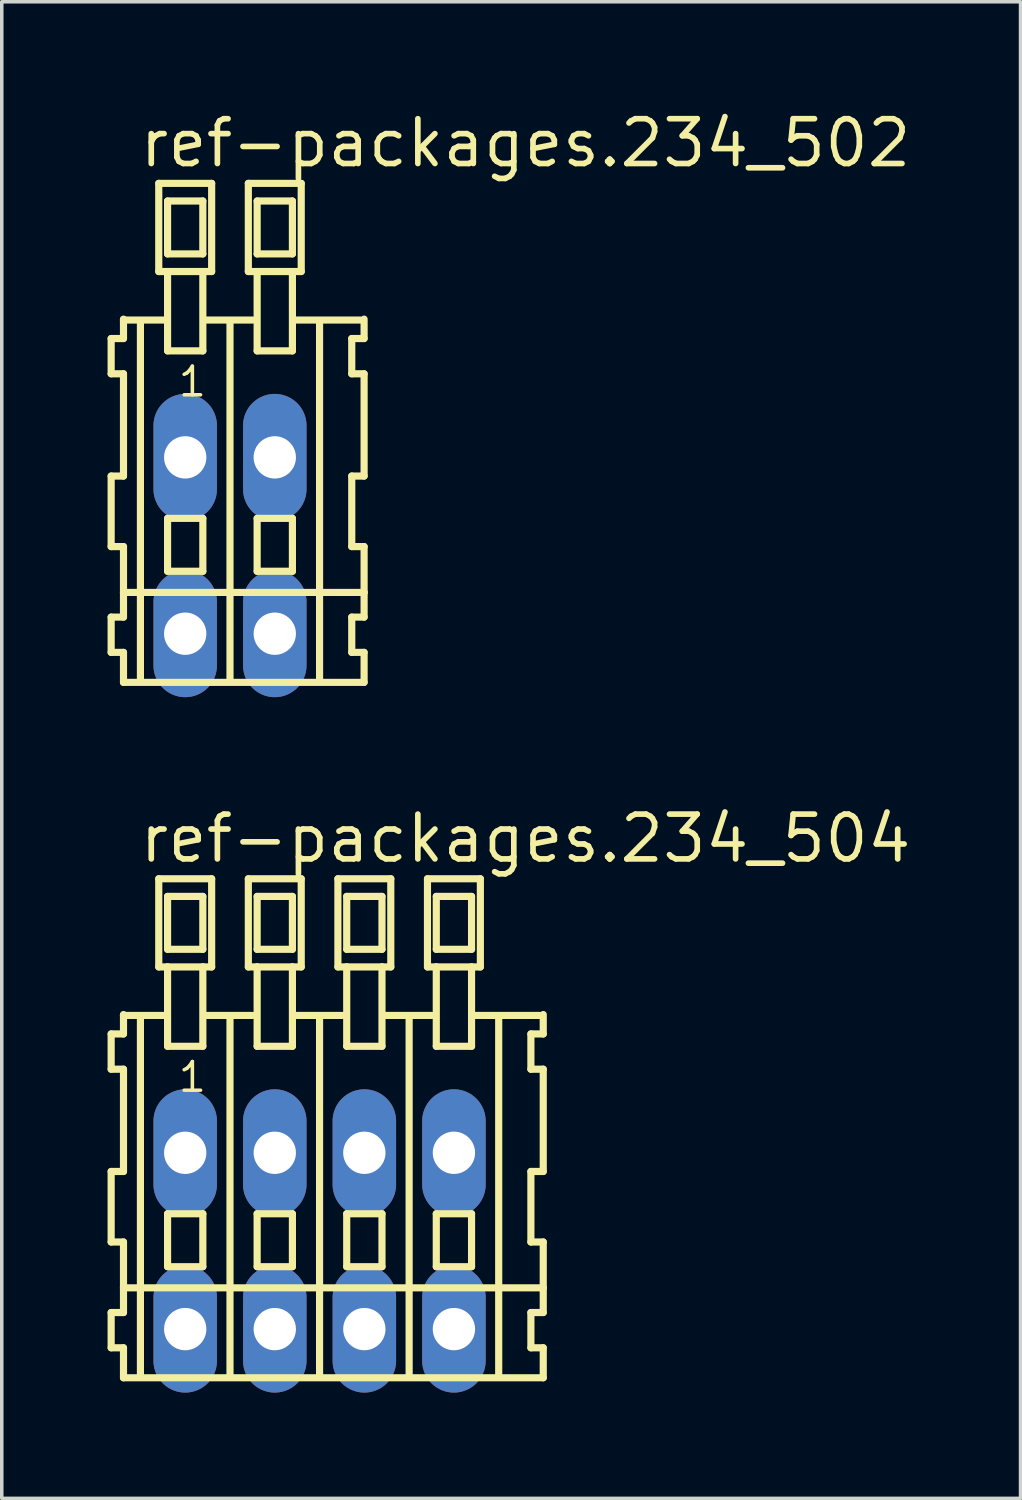
<source format=kicad_pcb>
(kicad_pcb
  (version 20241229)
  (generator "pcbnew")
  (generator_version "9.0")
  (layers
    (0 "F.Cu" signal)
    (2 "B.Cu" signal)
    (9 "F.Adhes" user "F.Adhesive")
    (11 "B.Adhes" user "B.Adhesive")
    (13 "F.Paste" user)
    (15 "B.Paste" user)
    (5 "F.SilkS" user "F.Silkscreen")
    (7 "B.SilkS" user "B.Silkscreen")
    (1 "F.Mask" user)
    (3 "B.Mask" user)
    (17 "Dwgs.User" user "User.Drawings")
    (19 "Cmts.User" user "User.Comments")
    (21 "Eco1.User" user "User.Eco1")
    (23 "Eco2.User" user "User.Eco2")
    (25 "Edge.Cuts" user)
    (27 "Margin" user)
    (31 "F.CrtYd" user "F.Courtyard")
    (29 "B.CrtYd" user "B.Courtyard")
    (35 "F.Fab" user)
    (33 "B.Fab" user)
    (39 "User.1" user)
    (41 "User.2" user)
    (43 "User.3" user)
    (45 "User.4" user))
  (footprint "ref-packages.234_502"
    (layer "F.Cu")
    (at 3.472 12.42)
    (property "Reference" "ref-packages.234_502" (at -2.64 -10.67 0) (layer "F.SilkS") (effects (font (size 1.27 1.27) (thickness 0.16)) (justify left bottom)))
    (attr through_hole)
    (fp_line (start -3.37 -5.87) (end -3.37 -4.87) (stroke (width 0.203) (type default)) (layer "F.SilkS"))
    (fp_line (start -3.37 -4.87) (end -3.02 -4.87) (stroke (width 0.203) (type default)) (layer "F.SilkS"))
    (fp_line (start -3.37 -1.97) (end -3.37 0.03) (stroke (width 0.203) (type default)) (layer "F.SilkS"))
    (fp_line (start -3.37 0.03) (end -3.02 0.03) (stroke (width 0.203) (type default)) (layer "F.SilkS"))
    (fp_line (start -3.37 2.03) (end -3.37 3.03) (stroke (width 0.203) (type default)) (layer "F.SilkS"))
    (fp_line (start -3.37 3.03) (end -3.02 3.03) (stroke (width 0.203) (type default)) (layer "F.SilkS"))
    (fp_line (start -3.02 -6.42) (end -3.02 -6.395) (stroke (width 0.203) (type default)) (layer "F.SilkS"))
    (fp_line (start -3.02 -6.395) (end -3.02 -5.87) (stroke (width 0.203) (type default)) (layer "F.SilkS"))
    (fp_line (start -3.02 -6.395) (end -1.895 -6.395) (stroke (width 0.203) (type default)) (layer "F.SilkS"))
    (fp_line (start -3.02 -5.87) (end -3.37 -5.87) (stroke (width 0.203) (type default)) (layer "F.SilkS"))
    (fp_line (start -3.02 -4.87) (end -3.02 -1.97) (stroke (width 0.203) (type default)) (layer "F.SilkS"))
    (fp_line (start -3.02 -1.97) (end -3.37 -1.97) (stroke (width 0.203) (type default)) (layer "F.SilkS"))
    (fp_line (start -3.02 0.03) (end -3.02 1.33) (stroke (width 0.203) (type default)) (layer "F.SilkS"))
    (fp_line (start -3.02 1.33) (end -3.02 2.03) (stroke (width 0.203) (type default)) (layer "F.SilkS"))
    (fp_line (start -3.02 1.33) (end 3.803 1.33) (stroke (width 0.203) (type default)) (layer "F.SilkS"))
    (fp_line (start -3.02 2.03) (end -3.37 2.03) (stroke (width 0.203) (type default)) (layer "F.SilkS"))
    (fp_line (start -3.02 3.03) (end -3.02 3.88) (stroke (width 0.203) (type default)) (layer "F.SilkS"))
    (fp_line (start -3.02 3.88) (end 3.803 3.88) (stroke (width 0.203) (type default)) (layer "F.SilkS"))
    (fp_line (start -2.54 3.83) (end -2.54 -6.33) (stroke (width 0.203) (type default)) (layer "F.SilkS"))
    (fp_line (start -2.02 -10.27) (end -2.02 -7.77) (stroke (width 0.203) (type default)) (layer "F.SilkS"))
    (fp_line (start -2.02 -7.77) (end -1.77 -7.77) (stroke (width 0.203) (type default)) (layer "F.SilkS"))
    (fp_line (start -1.77 -9.77) (end -1.77 -8.27) (stroke (width 0.203) (type default)) (layer "F.SilkS"))
    (fp_line (start -1.77 -8.27) (end -0.77 -8.27) (stroke (width 0.203) (type default)) (layer "F.SilkS"))
    (fp_line (start -1.77 -7.77) (end -1.77 -5.52) (stroke (width 0.203) (type default)) (layer "F.SilkS"))
    (fp_line (start -1.77 -7.77) (end -0.77 -7.77) (stroke (width 0.203) (type default)) (layer "F.SilkS"))
    (fp_line (start -1.77 -5.52) (end -0.77 -5.52) (stroke (width 0.203) (type default)) (layer "F.SilkS"))
    (fp_line (start -1.77 -0.77) (end -1.77 0.73) (stroke (width 0.203) (type default)) (layer "F.SilkS"))
    (fp_line (start -1.77 0.73) (end -0.77 0.73) (stroke (width 0.203) (type default)) (layer "F.SilkS"))
    (fp_line (start -0.77 -9.77) (end -1.77 -9.77) (stroke (width 0.203) (type default)) (layer "F.SilkS"))
    (fp_line (start -0.77 -8.27) (end -0.77 -9.77) (stroke (width 0.203) (type default)) (layer "F.SilkS"))
    (fp_line (start -0.77 -7.77) (end -0.52 -7.77) (stroke (width 0.203) (type default)) (layer "F.SilkS"))
    (fp_line (start -0.77 -5.52) (end -0.77 -7.77) (stroke (width 0.203) (type default)) (layer "F.SilkS"))
    (fp_line (start -0.77 -0.77) (end -1.77 -0.77) (stroke (width 0.203) (type default)) (layer "F.SilkS"))
    (fp_line (start -0.77 0.73) (end -0.77 -0.77) (stroke (width 0.203) (type default)) (layer "F.SilkS"))
    (fp_line (start -0.734 -6.395) (end 0.645 -6.395) (stroke (width 0.203) (type default)) (layer "F.SilkS"))
    (fp_line (start -0.52 -10.27) (end -2.02 -10.27) (stroke (width 0.203) (type default)) (layer "F.SilkS"))
    (fp_line (start -0.52 -7.77) (end -0.52 -10.27) (stroke (width 0.203) (type default)) (layer "F.SilkS"))
    (fp_line (start 0 3.83) (end 0 -6.33) (stroke (width 0.203) (type default)) (layer "F.SilkS"))
    (fp_line (start 0.52 -10.27) (end 0.52 -7.77) (stroke (width 0.203) (type default)) (layer "F.SilkS"))
    (fp_line (start 0.52 -7.77) (end 0.77 -7.77) (stroke (width 0.203) (type default)) (layer "F.SilkS"))
    (fp_line (start 0.77 -9.77) (end 0.77 -8.27) (stroke (width 0.203) (type default)) (layer "F.SilkS"))
    (fp_line (start 0.77 -8.27) (end 1.77 -8.27) (stroke (width 0.203) (type default)) (layer "F.SilkS"))
    (fp_line (start 0.77 -7.77) (end 0.77 -5.52) (stroke (width 0.203) (type default)) (layer "F.SilkS"))
    (fp_line (start 0.77 -7.77) (end 1.77 -7.77) (stroke (width 0.203) (type default)) (layer "F.SilkS"))
    (fp_line (start 0.77 -5.52) (end 1.77 -5.52) (stroke (width 0.203) (type default)) (layer "F.SilkS"))
    (fp_line (start 0.77 -0.77) (end 0.77 0.73) (stroke (width 0.203) (type default)) (layer "F.SilkS"))
    (fp_line (start 0.77 0.73) (end 1.77 0.73) (stroke (width 0.203) (type default)) (layer "F.SilkS"))
    (fp_line (start 1.77 -9.77) (end 0.77 -9.77) (stroke (width 0.203) (type default)) (layer "F.SilkS"))
    (fp_line (start 1.77 -8.27) (end 1.77 -9.77) (stroke (width 0.203) (type default)) (layer "F.SilkS"))
    (fp_line (start 1.77 -7.77) (end 2.02 -7.77) (stroke (width 0.203) (type default)) (layer "F.SilkS"))
    (fp_line (start 1.77 -5.52) (end 1.77 -7.77) (stroke (width 0.203) (type default)) (layer "F.SilkS"))
    (fp_line (start 1.77 -0.77) (end 0.77 -0.77) (stroke (width 0.203) (type default)) (layer "F.SilkS"))
    (fp_line (start 1.77 0.73) (end 1.77 -0.77) (stroke (width 0.203) (type default)) (layer "F.SilkS"))
    (fp_line (start 1.806 -6.395) (end 3.693 -6.395) (stroke (width 0.203) (type default)) (layer "F.SilkS"))
    (fp_line (start 2.02 -10.27) (end 0.52 -10.27) (stroke (width 0.203) (type default)) (layer "F.SilkS"))
    (fp_line (start 2.02 -7.77) (end 2.02 -10.27) (stroke (width 0.203) (type default)) (layer "F.SilkS"))
    (fp_line (start 2.54 3.83) (end 2.54 -6.33) (stroke (width 0.203) (type default)) (layer "F.SilkS"))
    (fp_line (start 3.453 -5.87) (end 3.453 -4.87) (stroke (width 0.203) (type default)) (layer "F.SilkS"))
    (fp_line (start 3.453 -4.87) (end 3.803 -4.87) (stroke (width 0.203) (type default)) (layer "F.SilkS"))
    (fp_line (start 3.453 -1.97) (end 3.453 0.03) (stroke (width 0.203) (type default)) (layer "F.SilkS"))
    (fp_line (start 3.453 0.03) (end 3.803 0.03) (stroke (width 0.203) (type default)) (layer "F.SilkS"))
    (fp_line (start 3.453 2.03) (end 3.453 3.03) (stroke (width 0.203) (type default)) (layer "F.SilkS"))
    (fp_line (start 3.453 3.03) (end 3.803 3.03) (stroke (width 0.203) (type default)) (layer "F.SilkS"))
    (fp_line (start 3.803 -5.87) (end 3.453 -5.87) (stroke (width 0.203) (type default)) (layer "F.SilkS"))
    (fp_line (start 3.803 -5.87) (end 3.803 -6.42) (stroke (width 0.203) (type default)) (layer "F.SilkS"))
    (fp_line (start 3.803 -1.97) (end 3.453 -1.97) (stroke (width 0.203) (type default)) (layer "F.SilkS"))
    (fp_line (start 3.803 -1.97) (end 3.803 -4.87) (stroke (width 0.203) (type default)) (layer "F.SilkS"))
    (fp_line (start 3.803 1.33) (end 3.803 0.03) (stroke (width 0.203) (type default)) (layer "F.SilkS"))
    (fp_line (start 3.803 2.03) (end 3.453 2.03) (stroke (width 0.203) (type default)) (layer "F.SilkS"))
    (fp_line (start 3.803 2.03) (end 3.803 1.33) (stroke (width 0.203) (type default)) (layer "F.SilkS"))
    (fp_line (start 3.803 3.88) (end 3.803 3.03) (stroke (width 0.203) (type default)) (layer "F.SilkS"))
    (fp_text user "1" (at -1.52 -4.17 0) (layer "F.SilkS") (effects (font (size 0.813 0.813) (thickness 0.1)) (justify left bottom)))
    (pad "A1" thru_hole oval (at -1.27 -2.5 90) (size 3.6 1.8) (drill 1.2) (layers "*.Cu" "*.Mask"))
    (pad "A2" thru_hole oval (at 1.27 -2.5 90) (size 3.6 1.8) (drill 1.2) (layers "*.Cu" "*.Mask"))
    (pad "B1" thru_hole oval (at -1.27 2.5 90) (size 3.6 1.8) (drill 1.2) (layers "*.Cu" "*.Mask"))
    (pad "B2" thru_hole oval (at 1.27 2.5 90) (size 3.6 1.8) (drill 1.2) (layers "*.Cu" "*.Mask")))
  (footprint "ref-packages.234_504"
    (layer "F.Cu")
    (at 6.012 32.14)
    (property "Reference" "ref-packages.234_504" (at -5.18 -10.67 0) (layer "F.SilkS") (effects (font (size 1.27 1.27) (thickness 0.16)) (justify left bottom)))
    (attr through_hole)
    (fp_line (start -5.91 -5.87) (end -5.91 -4.87) (stroke (width 0.203) (type default)) (layer "F.SilkS"))
    (fp_line (start -5.91 -4.87) (end -5.56 -4.87) (stroke (width 0.203) (type default)) (layer "F.SilkS"))
    (fp_line (start -5.91 -1.97) (end -5.91 0.03) (stroke (width 0.203) (type default)) (layer "F.SilkS"))
    (fp_line (start -5.91 0.03) (end -5.56 0.03) (stroke (width 0.203) (type default)) (layer "F.SilkS"))
    (fp_line (start -5.91 2.03) (end -5.91 3.03) (stroke (width 0.203) (type default)) (layer "F.SilkS"))
    (fp_line (start -5.91 3.03) (end -5.56 3.03) (stroke (width 0.203) (type default)) (layer "F.SilkS"))
    (fp_line (start -5.56 -6.42) (end -5.56 -6.395) (stroke (width 0.203) (type default)) (layer "F.SilkS"))
    (fp_line (start -5.56 -6.395) (end -5.56 -5.87) (stroke (width 0.203) (type default)) (layer "F.SilkS"))
    (fp_line (start -5.56 -6.395) (end -4.435 -6.395) (stroke (width 0.203) (type default)) (layer "F.SilkS"))
    (fp_line (start -5.56 -5.87) (end -5.91 -5.87) (stroke (width 0.203) (type default)) (layer "F.SilkS"))
    (fp_line (start -5.56 -4.87) (end -5.56 -1.97) (stroke (width 0.203) (type default)) (layer "F.SilkS"))
    (fp_line (start -5.56 -1.97) (end -5.91 -1.97) (stroke (width 0.203) (type default)) (layer "F.SilkS"))
    (fp_line (start -5.56 0.03) (end -5.56 1.33) (stroke (width 0.203) (type default)) (layer "F.SilkS"))
    (fp_line (start -5.56 1.33) (end -5.56 2.03) (stroke (width 0.203) (type default)) (layer "F.SilkS"))
    (fp_line (start -5.56 1.33) (end 6.343 1.33) (stroke (width 0.203) (type default)) (layer "F.SilkS"))
    (fp_line (start -5.56 2.03) (end -5.91 2.03) (stroke (width 0.203) (type default)) (layer "F.SilkS"))
    (fp_line (start -5.56 3.03) (end -5.56 3.88) (stroke (width 0.203) (type default)) (layer "F.SilkS"))
    (fp_line (start -5.56 3.88) (end 6.343 3.88) (stroke (width 0.203) (type default)) (layer "F.SilkS"))
    (fp_line (start -5.08 3.83) (end -5.08 -6.33) (stroke (width 0.203) (type default)) (layer "F.SilkS"))
    (fp_line (start -4.56 -10.27) (end -4.56 -7.77) (stroke (width 0.203) (type default)) (layer "F.SilkS"))
    (fp_line (start -4.56 -7.77) (end -4.31 -7.77) (stroke (width 0.203) (type default)) (layer "F.SilkS"))
    (fp_line (start -4.31 -9.77) (end -4.31 -8.27) (stroke (width 0.203) (type default)) (layer "F.SilkS"))
    (fp_line (start -4.31 -8.27) (end -3.31 -8.27) (stroke (width 0.203) (type default)) (layer "F.SilkS"))
    (fp_line (start -4.31 -7.77) (end -4.31 -5.52) (stroke (width 0.203) (type default)) (layer "F.SilkS"))
    (fp_line (start -4.31 -7.77) (end -3.31 -7.77) (stroke (width 0.203) (type default)) (layer "F.SilkS"))
    (fp_line (start -4.31 -5.52) (end -3.31 -5.52) (stroke (width 0.203) (type default)) (layer "F.SilkS"))
    (fp_line (start -4.31 -0.77) (end -4.31 0.73) (stroke (width 0.203) (type default)) (layer "F.SilkS"))
    (fp_line (start -4.31 0.73) (end -3.31 0.73) (stroke (width 0.203) (type default)) (layer "F.SilkS"))
    (fp_line (start -3.31 -9.77) (end -4.31 -9.77) (stroke (width 0.203) (type default)) (layer "F.SilkS"))
    (fp_line (start -3.31 -8.27) (end -3.31 -9.77) (stroke (width 0.203) (type default)) (layer "F.SilkS"))
    (fp_line (start -3.31 -7.77) (end -3.06 -7.77) (stroke (width 0.203) (type default)) (layer "F.SilkS"))
    (fp_line (start -3.31 -5.52) (end -3.31 -7.77) (stroke (width 0.203) (type default)) (layer "F.SilkS"))
    (fp_line (start -3.31 -0.77) (end -4.31 -0.77) (stroke (width 0.203) (type default)) (layer "F.SilkS"))
    (fp_line (start -3.31 0.73) (end -3.31 -0.77) (stroke (width 0.203) (type default)) (layer "F.SilkS"))
    (fp_line (start -3.274 -6.395) (end -1.895 -6.395) (stroke (width 0.203) (type default)) (layer "F.SilkS"))
    (fp_line (start -3.06 -10.27) (end -4.56 -10.27) (stroke (width 0.203) (type default)) (layer "F.SilkS"))
    (fp_line (start -3.06 -7.77) (end -3.06 -10.27) (stroke (width 0.203) (type default)) (layer "F.SilkS"))
    (fp_line (start -2.54 3.83) (end -2.54 -6.33) (stroke (width 0.203) (type default)) (layer "F.SilkS"))
    (fp_line (start -2.02 -10.27) (end -2.02 -7.77) (stroke (width 0.203) (type default)) (layer "F.SilkS"))
    (fp_line (start -2.02 -7.77) (end -1.77 -7.77) (stroke (width 0.203) (type default)) (layer "F.SilkS"))
    (fp_line (start -1.77 -9.77) (end -1.77 -8.27) (stroke (width 0.203) (type default)) (layer "F.SilkS"))
    (fp_line (start -1.77 -8.27) (end -0.77 -8.27) (stroke (width 0.203) (type default)) (layer "F.SilkS"))
    (fp_line (start -1.77 -7.77) (end -1.77 -5.52) (stroke (width 0.203) (type default)) (layer "F.SilkS"))
    (fp_line (start -1.77 -7.77) (end -0.77 -7.77) (stroke (width 0.203) (type default)) (layer "F.SilkS"))
    (fp_line (start -1.77 -5.52) (end -0.77 -5.52) (stroke (width 0.203) (type default)) (layer "F.SilkS"))
    (fp_line (start -1.77 -0.77) (end -1.77 0.73) (stroke (width 0.203) (type default)) (layer "F.SilkS"))
    (fp_line (start -1.77 0.73) (end -0.77 0.73) (stroke (width 0.203) (type default)) (layer "F.SilkS"))
    (fp_line (start -0.77 -9.77) (end -1.77 -9.77) (stroke (width 0.203) (type default)) (layer "F.SilkS"))
    (fp_line (start -0.77 -8.27) (end -0.77 -9.77) (stroke (width 0.203) (type default)) (layer "F.SilkS"))
    (fp_line (start -0.77 -7.77) (end -0.52 -7.77) (stroke (width 0.203) (type default)) (layer "F.SilkS"))
    (fp_line (start -0.77 -5.52) (end -0.77 -7.77) (stroke (width 0.203) (type default)) (layer "F.SilkS"))
    (fp_line (start -0.77 -0.77) (end -1.77 -0.77) (stroke (width 0.203) (type default)) (layer "F.SilkS"))
    (fp_line (start -0.77 0.73) (end -0.77 -0.77) (stroke (width 0.203) (type default)) (layer "F.SilkS"))
    (fp_line (start -0.734 -6.395) (end 0.645 -6.395) (stroke (width 0.203) (type default)) (layer "F.SilkS"))
    (fp_line (start -0.52 -10.27) (end -2.02 -10.27) (stroke (width 0.203) (type default)) (layer "F.SilkS"))
    (fp_line (start -0.52 -7.77) (end -0.52 -10.27) (stroke (width 0.203) (type default)) (layer "F.SilkS"))
    (fp_line (start 0 3.83) (end 0 -6.33) (stroke (width 0.203) (type default)) (layer "F.SilkS"))
    (fp_line (start 0.52 -10.27) (end 0.52 -7.77) (stroke (width 0.203) (type default)) (layer "F.SilkS"))
    (fp_line (start 0.52 -7.77) (end 0.77 -7.77) (stroke (width 0.203) (type default)) (layer "F.SilkS"))
    (fp_line (start 0.77 -9.77) (end 0.77 -8.27) (stroke (width 0.203) (type default)) (layer "F.SilkS"))
    (fp_line (start 0.77 -8.27) (end 1.77 -8.27) (stroke (width 0.203) (type default)) (layer "F.SilkS"))
    (fp_line (start 0.77 -7.77) (end 0.77 -5.52) (stroke (width 0.203) (type default)) (layer "F.SilkS"))
    (fp_line (start 0.77 -7.77) (end 1.77 -7.77) (stroke (width 0.203) (type default)) (layer "F.SilkS"))
    (fp_line (start 0.77 -5.52) (end 1.77 -5.52) (stroke (width 0.203) (type default)) (layer "F.SilkS"))
    (fp_line (start 0.77 -0.77) (end 0.77 0.73) (stroke (width 0.203) (type default)) (layer "F.SilkS"))
    (fp_line (start 0.77 0.73) (end 1.77 0.73) (stroke (width 0.203) (type default)) (layer "F.SilkS"))
    (fp_line (start 1.77 -9.77) (end 0.77 -9.77) (stroke (width 0.203) (type default)) (layer "F.SilkS"))
    (fp_line (start 1.77 -8.27) (end 1.77 -9.77) (stroke (width 0.203) (type default)) (layer "F.SilkS"))
    (fp_line (start 1.77 -7.77) (end 2.02 -7.77) (stroke (width 0.203) (type default)) (layer "F.SilkS"))
    (fp_line (start 1.77 -5.52) (end 1.77 -7.77) (stroke (width 0.203) (type default)) (layer "F.SilkS"))
    (fp_line (start 1.77 -0.77) (end 0.77 -0.77) (stroke (width 0.203) (type default)) (layer "F.SilkS"))
    (fp_line (start 1.77 0.73) (end 1.77 -0.77) (stroke (width 0.203) (type default)) (layer "F.SilkS"))
    (fp_line (start 1.806 -6.395) (end 3.185 -6.395) (stroke (width 0.203) (type default)) (layer "F.SilkS"))
    (fp_line (start 2.02 -10.27) (end 0.52 -10.27) (stroke (width 0.203) (type default)) (layer "F.SilkS"))
    (fp_line (start 2.02 -7.77) (end 2.02 -10.27) (stroke (width 0.203) (type default)) (layer "F.SilkS"))
    (fp_line (start 2.54 3.83) (end 2.54 -6.33) (stroke (width 0.203) (type default)) (layer "F.SilkS"))
    (fp_line (start 3.06 -10.27) (end 3.06 -7.77) (stroke (width 0.203) (type default)) (layer "F.SilkS"))
    (fp_line (start 3.06 -7.77) (end 3.31 -7.77) (stroke (width 0.203) (type default)) (layer "F.SilkS"))
    (fp_line (start 3.31 -9.77) (end 3.31 -8.27) (stroke (width 0.203) (type default)) (layer "F.SilkS"))
    (fp_line (start 3.31 -8.27) (end 4.31 -8.27) (stroke (width 0.203) (type default)) (layer "F.SilkS"))
    (fp_line (start 3.31 -7.77) (end 3.31 -5.52) (stroke (width 0.203) (type default)) (layer "F.SilkS"))
    (fp_line (start 3.31 -7.77) (end 4.31 -7.77) (stroke (width 0.203) (type default)) (layer "F.SilkS"))
    (fp_line (start 3.31 -5.52) (end 4.31 -5.52) (stroke (width 0.203) (type default)) (layer "F.SilkS"))
    (fp_line (start 3.31 -0.77) (end 3.31 0.73) (stroke (width 0.203) (type default)) (layer "F.SilkS"))
    (fp_line (start 3.31 0.73) (end 4.31 0.73) (stroke (width 0.203) (type default)) (layer "F.SilkS"))
    (fp_line (start 4.31 -9.77) (end 3.31 -9.77) (stroke (width 0.203) (type default)) (layer "F.SilkS"))
    (fp_line (start 4.31 -8.27) (end 4.31 -9.77) (stroke (width 0.203) (type default)) (layer "F.SilkS"))
    (fp_line (start 4.31 -7.77) (end 4.56 -7.77) (stroke (width 0.203) (type default)) (layer "F.SilkS"))
    (fp_line (start 4.31 -5.52) (end 4.31 -7.77) (stroke (width 0.203) (type default)) (layer "F.SilkS"))
    (fp_line (start 4.31 -0.77) (end 3.31 -0.77) (stroke (width 0.203) (type default)) (layer "F.SilkS"))
    (fp_line (start 4.31 0.73) (end 4.31 -0.77) (stroke (width 0.203) (type default)) (layer "F.SilkS"))
    (fp_line (start 4.346 -6.395) (end 6.233 -6.395) (stroke (width 0.203) (type default)) (layer "F.SilkS"))
    (fp_line (start 4.56 -10.27) (end 3.06 -10.27) (stroke (width 0.203) (type default)) (layer "F.SilkS"))
    (fp_line (start 4.56 -7.77) (end 4.56 -10.27) (stroke (width 0.203) (type default)) (layer "F.SilkS"))
    (fp_line (start 5.08 3.83) (end 5.08 -6.33) (stroke (width 0.203) (type default)) (layer "F.SilkS"))
    (fp_line (start 5.993 -5.87) (end 5.993 -4.87) (stroke (width 0.203) (type default)) (layer "F.SilkS"))
    (fp_line (start 5.993 -4.87) (end 6.343 -4.87) (stroke (width 0.203) (type default)) (layer "F.SilkS"))
    (fp_line (start 5.993 -1.97) (end 5.993 0.03) (stroke (width 0.203) (type default)) (layer "F.SilkS"))
    (fp_line (start 5.993 0.03) (end 6.343 0.03) (stroke (width 0.203) (type default)) (layer "F.SilkS"))
    (fp_line (start 5.993 2.03) (end 5.993 3.03) (stroke (width 0.203) (type default)) (layer "F.SilkS"))
    (fp_line (start 5.993 3.03) (end 6.343 3.03) (stroke (width 0.203) (type default)) (layer "F.SilkS"))
    (fp_line (start 6.343 -5.87) (end 5.993 -5.87) (stroke (width 0.203) (type default)) (layer "F.SilkS"))
    (fp_line (start 6.343 -5.87) (end 6.343 -6.42) (stroke (width 0.203) (type default)) (layer "F.SilkS"))
    (fp_line (start 6.343 -1.97) (end 5.993 -1.97) (stroke (width 0.203) (type default)) (layer "F.SilkS"))
    (fp_line (start 6.343 -1.97) (end 6.343 -4.87) (stroke (width 0.203) (type default)) (layer "F.SilkS"))
    (fp_line (start 6.343 1.33) (end 6.343 0.03) (stroke (width 0.203) (type default)) (layer "F.SilkS"))
    (fp_line (start 6.343 2.03) (end 5.993 2.03) (stroke (width 0.203) (type default)) (layer "F.SilkS"))
    (fp_line (start 6.343 2.03) (end 6.343 1.33) (stroke (width 0.203) (type default)) (layer "F.SilkS"))
    (fp_line (start 6.343 3.88) (end 6.343 3.03) (stroke (width 0.203) (type default)) (layer "F.SilkS"))
    (fp_text user "1" (at -4.06 -4.17 0) (layer "F.SilkS") (effects (font (size 0.813 0.813) (thickness 0.1)) (justify left bottom)))
    (pad "A1" thru_hole oval (at -3.81 -2.5 90) (size 3.6 1.8) (drill 1.2) (layers "*.Cu" "*.Mask"))
    (pad "A2" thru_hole oval (at -1.27 -2.5 90) (size 3.6 1.8) (drill 1.2) (layers "*.Cu" "*.Mask"))
    (pad "A3" thru_hole oval (at 1.27 -2.5 90) (size 3.6 1.8) (drill 1.2) (layers "*.Cu" "*.Mask"))
    (pad "A4" thru_hole oval (at 3.81 -2.5 90) (size 3.6 1.8) (drill 1.2) (layers "*.Cu" "*.Mask"))
    (pad "B1" thru_hole oval (at -3.81 2.5 90) (size 3.6 1.8) (drill 1.2) (layers "*.Cu" "*.Mask"))
    (pad "B2" thru_hole oval (at -1.27 2.5 90) (size 3.6 1.8) (drill 1.2) (layers "*.Cu" "*.Mask"))
    (pad "B3" thru_hole oval (at 1.27 2.5 90) (size 3.6 1.8) (drill 1.2) (layers "*.Cu" "*.Mask"))
    (pad "B4" thru_hole oval (at 3.81 2.5 90) (size 3.6 1.8) (drill 1.2) (layers "*.Cu" "*.Mask")))
  (gr_rect
    (start -3 -3)
    (end 25.89 39.44)
    (stroke (width 0.1) (type default))
    (fill no)
    (layer "Edge.Cuts")))
</source>
